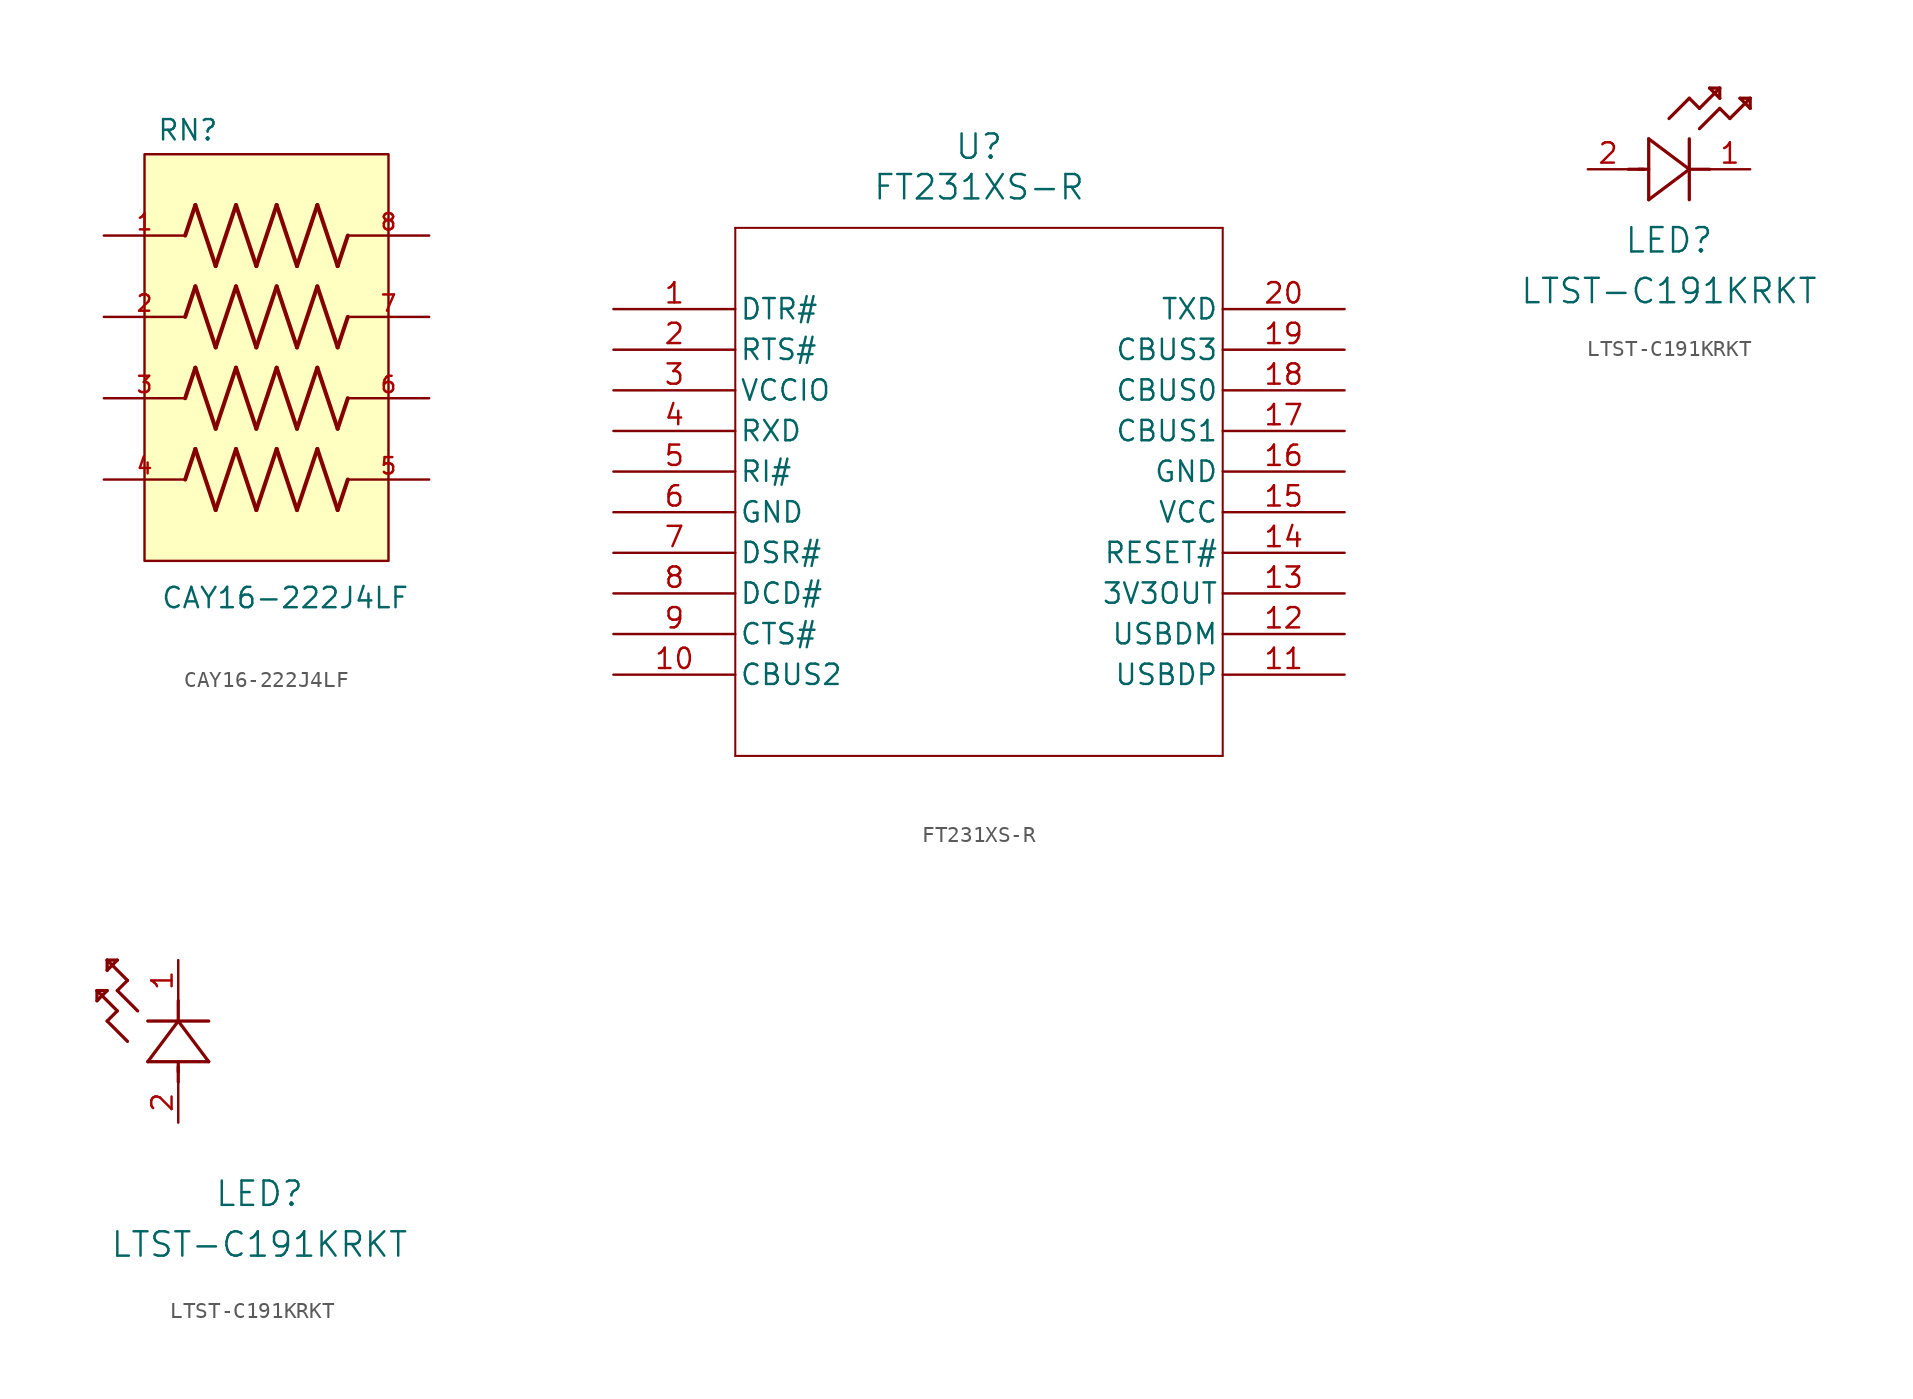
<source format=kicad_sym>
(kicad_symbol_lib
  (version 20241209)
  (generator "kicad_symbol_editor")
  (generator_version "9.0")
  (symbol "CAY16-222J4LF"
    (pin_names
      (offset 1.016))
    (property "Reference" "RN"
      (at -6.862 13.463 0)
      (effects (font (size 1.27 1.27)) (justify left bottom)))
    (property "Value" "CAY16-222J4LF"
      (at -6.614 -15.755 0)
      (effects (font (size 1.27 1.27)) (justify left bottom)))
    (symbol "CAY16-222J4LF_0_0"
      (rectangle (start -7.62 -12.7) (end 7.62 12.7) (stroke (width 0.152) (type default)) (fill (type background)))
      (polyline (pts (xy -5.08 7.62) (xy -4.445 9.525)) (stroke (width 0.254) (type default)) (fill (type none)))
      (polyline (pts (xy -5.08 2.54) (xy -4.445 4.445)) (stroke (width 0.254) (type default)) (fill (type none)))
      (polyline (pts (xy -5.08 -2.54) (xy -4.445 -0.635)) (stroke (width 0.254) (type default)) (fill (type none)))
      (polyline (pts (xy -5.08 -7.62) (xy -4.445 -5.715)) (stroke (width 0.254) (type default)) (fill (type none)))
      (polyline (pts (xy -4.445 9.525) (xy -3.175 5.715)) (stroke (width 0.254) (type default)) (fill (type none)))
      (polyline (pts (xy -4.445 4.445) (xy -3.175 0.635)) (stroke (width 0.254) (type default)) (fill (type none)))
      (polyline (pts (xy -4.445 -0.635) (xy -3.175 -4.445)) (stroke (width 0.254) (type default)) (fill (type none)))
      (polyline (pts (xy -4.445 -5.715) (xy -3.175 -9.525)) (stroke (width 0.254) (type default)) (fill (type none)))
      (polyline (pts (xy -3.175 5.715) (xy -1.905 9.525)) (stroke (width 0.254) (type default)) (fill (type none)))
      (polyline (pts (xy -3.175 0.635) (xy -1.905 4.445)) (stroke (width 0.254) (type default)) (fill (type none)))
      (polyline (pts (xy -3.175 -4.445) (xy -1.905 -0.635)) (stroke (width 0.254) (type default)) (fill (type none)))
      (polyline (pts (xy -3.175 -9.525) (xy -1.905 -5.715)) (stroke (width 0.254) (type default)) (fill (type none)))
      (polyline (pts (xy -1.905 9.525) (xy -0.635 5.715)) (stroke (width 0.254) (type default)) (fill (type none)))
      (polyline (pts (xy -1.905 4.445) (xy -0.635 0.635)) (stroke (width 0.254) (type default)) (fill (type none)))
      (polyline (pts (xy -1.905 -0.635) (xy -0.635 -4.445)) (stroke (width 0.254) (type default)) (fill (type none)))
      (polyline (pts (xy -1.905 -5.715) (xy -0.635 -9.525)) (stroke (width 0.254) (type default)) (fill (type none)))
      (polyline (pts (xy -0.635 5.715) (xy 0.635 9.525)) (stroke (width 0.254) (type default)) (fill (type none)))
      (polyline (pts (xy -0.635 0.635) (xy 0.635 4.445)) (stroke (width 0.254) (type default)) (fill (type none)))
      (polyline (pts (xy -0.635 -4.445) (xy 0.635 -0.635)) (stroke (width 0.254) (type default)) (fill (type none)))
      (polyline (pts (xy -0.635 -9.525) (xy 0.635 -5.715)) (stroke (width 0.254) (type default)) (fill (type none)))
      (polyline (pts (xy 0.635 9.525) (xy 1.905 5.715)) (stroke (width 0.254) (type default)) (fill (type none)))
      (polyline (pts (xy 0.635 4.445) (xy 1.905 0.635)) (stroke (width 0.254) (type default)) (fill (type none)))
      (polyline (pts (xy 0.635 -0.635) (xy 1.905 -4.445)) (stroke (width 0.254) (type default)) (fill (type none)))
      (polyline (pts (xy 0.635 -5.715) (xy 1.905 -9.525)) (stroke (width 0.254) (type default)) (fill (type none)))
      (polyline (pts (xy 1.905 5.715) (xy 3.175 9.525)) (stroke (width 0.254) (type default)) (fill (type none)))
      (polyline (pts (xy 1.905 0.635) (xy 3.175 4.445)) (stroke (width 0.254) (type default)) (fill (type none)))
      (polyline (pts (xy 1.905 -4.445) (xy 3.175 -0.635)) (stroke (width 0.254) (type default)) (fill (type none)))
      (polyline (pts (xy 1.905 -9.525) (xy 3.175 -5.715)) (stroke (width 0.254) (type default)) (fill (type none)))
      (polyline (pts (xy 3.175 9.525) (xy 4.445 5.715)) (stroke (width 0.254) (type default)) (fill (type none)))
      (polyline (pts (xy 3.175 4.445) (xy 4.445 0.635)) (stroke (width 0.254) (type default)) (fill (type none)))
      (polyline (pts (xy 3.175 -0.635) (xy 4.445 -4.445)) (stroke (width 0.254) (type default)) (fill (type none)))
      (polyline (pts (xy 3.175 -5.715) (xy 4.445 -9.525)) (stroke (width 0.254) (type default)) (fill (type none)))
      (polyline (pts (xy 4.445 5.715) (xy 5.08 7.62)) (stroke (width 0.254) (type default)) (fill (type none)))
      (polyline (pts (xy 4.445 0.635) (xy 5.08 2.54)) (stroke (width 0.254) (type default)) (fill (type none)))
      (polyline (pts (xy 4.445 -4.445) (xy 5.08 -2.54)) (stroke (width 0.254) (type default)) (fill (type none)))
      (polyline (pts (xy 4.445 -9.525) (xy 5.08 -7.62)) (stroke (width 0.254) (type default)) (fill (type none)))
      (pin passive line (at -10.16 7.62 0) (length 5.08) (name "~" (effects (font (size 1.016 1.016)))) (number "1" (effects (font (size 1.016 1.016)))))
      (pin passive line (at -10.16 2.54 0) (length 5.08) (name "~" (effects (font (size 1.016 1.016)))) (number "2" (effects (font (size 1.016 1.016)))))
      (pin passive line (at -10.16 -2.54 0) (length 5.08) (name "~" (effects (font (size 1.016 1.016)))) (number "3" (effects (font (size 1.016 1.016)))))
      (pin passive line (at -10.16 -7.62 0) (length 5.08) (name "~" (effects (font (size 1.016 1.016)))) (number "4" (effects (font (size 1.016 1.016)))))
      (pin passive line (at 10.16 7.62 180) (length 5.08) (name "~" (effects (font (size 1.016 1.016)))) (number "8" (effects (font (size 1.016 1.016)))))
      (pin passive line (at 10.16 2.54 180) (length 5.08) (name "~" (effects (font (size 1.016 1.016)))) (number "7" (effects (font (size 1.016 1.016)))))
      (pin passive line (at 10.16 -2.54 180) (length 5.08) (name "~" (effects (font (size 1.016 1.016)))) (number "6" (effects (font (size 1.016 1.016)))))
      (pin passive line (at 10.16 -7.62 180) (length 5.08) (name "~" (effects (font (size 1.016 1.016)))) (number "5" (effects (font (size 1.016 1.016)))))))
  (symbol "FT231XS-R"
    (pin_names
      (offset 0.254))
    (property "Reference" "U"
      (at 22.86 10.16 0)
      (effects (font (size 1.524 1.524))))
    (property "Value" "FT231XS-R"
      (at 22.86 7.62 0)
      (effects (font (size 1.524 1.524))))
    (symbol "FT231XS-R_0_1"
      (polyline (pts (xy 7.62 5.08) (xy 7.62 -27.94)) (stroke (width 0.127) (type default)) (fill (type none)))
      (polyline (pts (xy 7.62 -27.94) (xy 38.1 -27.94)) (stroke (width 0.127) (type default)) (fill (type none)))
      (polyline (pts (xy 38.1 5.08) (xy 7.62 5.08)) (stroke (width 0.127) (type default)) (fill (type none)))
      (polyline (pts (xy 38.1 -27.94) (xy 38.1 5.08)) (stroke (width 0.127) (type default)) (fill (type none)))
      (pin output line (at 0 0 0) (length 7.62) (name "DTR#" (effects (font (size 1.27 1.27)))) (number "1" (effects (font (size 1.27 1.27)))))
      (pin output line (at 0 -2.54 0) (length 7.62) (name "RTS#" (effects (font (size 1.27 1.27)))) (number "2" (effects (font (size 1.27 1.27)))))
      (pin power_in line (at 0 -5.08 0) (length 7.62) (name "VCCIO" (effects (font (size 1.27 1.27)))) (number "3" (effects (font (size 1.27 1.27)))))
      (pin input line (at 0 -7.62 0) (length 7.62) (name "RXD" (effects (font (size 1.27 1.27)))) (number "4" (effects (font (size 1.27 1.27)))))
      (pin input line (at 0 -10.16 0) (length 7.62) (name "RI#" (effects (font (size 1.27 1.27)))) (number "5" (effects (font (size 1.27 1.27)))))
      (pin power_out line (at 0 -12.7 0) (length 7.62) (name "GND" (effects (font (size 1.27 1.27)))) (number "6" (effects (font (size 1.27 1.27)))))
      (pin input line (at 0 -15.24 0) (length 7.62) (name "DSR#" (effects (font (size 1.27 1.27)))) (number "7" (effects (font (size 1.27 1.27)))))
      (pin input line (at 0 -17.78 0) (length 7.62) (name "DCD#" (effects (font (size 1.27 1.27)))) (number "8" (effects (font (size 1.27 1.27)))))
      (pin input line (at 0 -20.32 0) (length 7.62) (name "CTS#" (effects (font (size 1.27 1.27)))) (number "9" (effects (font (size 1.27 1.27)))))
      (pin bidirectional line (at 0 -22.86 0) (length 7.62) (name "CBUS2" (effects (font (size 1.27 1.27)))) (number "10" (effects (font (size 1.27 1.27)))))
      (pin output line (at 45.72 0 180) (length 7.62) (name "TXD" (effects (font (size 1.27 1.27)))) (number "20" (effects (font (size 1.27 1.27)))))
      (pin bidirectional line (at 45.72 -2.54 180) (length 7.62) (name "CBUS3" (effects (font (size 1.27 1.27)))) (number "19" (effects (font (size 1.27 1.27)))))
      (pin bidirectional line (at 45.72 -5.08 180) (length 7.62) (name "CBUS0" (effects (font (size 1.27 1.27)))) (number "18" (effects (font (size 1.27 1.27)))))
      (pin bidirectional line (at 45.72 -7.62 180) (length 7.62) (name "CBUS1" (effects (font (size 1.27 1.27)))) (number "17" (effects (font (size 1.27 1.27)))))
      (pin power_out line (at 45.72 -10.16 180) (length 7.62) (name "GND" (effects (font (size 1.27 1.27)))) (number "16" (effects (font (size 1.27 1.27)))))
      (pin power_in line (at 45.72 -12.7 180) (length 7.62) (name "VCC" (effects (font (size 1.27 1.27)))) (number "15" (effects (font (size 1.27 1.27)))))
      (pin input line (at 45.72 -15.24 180) (length 7.62) (name "RESET#" (effects (font (size 1.27 1.27)))) (number "14" (effects (font (size 1.27 1.27)))))
      (pin power_in line (at 45.72 -17.78 180) (length 7.62) (name "3V3OUT" (effects (font (size 1.27 1.27)))) (number "13" (effects (font (size 1.27 1.27)))))
      (pin input line (at 45.72 -20.32 180) (length 7.62) (name "USBDM" (effects (font (size 1.27 1.27)))) (number "12" (effects (font (size 1.27 1.27)))))
      (pin input line (at 45.72 -22.86 180) (length 7.62) (name "USBDP" (effects (font (size 1.27 1.27)))) (number "11" (effects (font (size 1.27 1.27)))))))
  (symbol "LTST-C191KRKT"
    (pin_names
      (offset 0.254))
    (property "Reference" "LED"
      (at 5.08 -4.445 0)
      (effects (font (size 1.524 1.524))))
    (property "Value" "LTST-C191KRKT"
      (at 5.08 -7.62 0)
      (effects (font (size 1.524 1.524))))
    (symbol "LTST-C191KRKT_1_1"
      (polyline (pts (xy 2.54 0) (xy 3.48 0)) (stroke (width 0.203) (type default)) (fill (type none)))
      (polyline (pts (xy 3.175 0) (xy 3.81 0)) (stroke (width 0.203) (type default)) (fill (type none)))
      (polyline (pts (xy 3.81 1.905) (xy 3.81 -1.905)) (stroke (width 0.203) (type default)) (fill (type none)))
      (polyline (pts (xy 3.81 -1.905) (xy 6.35 0)) (stroke (width 0.203) (type default)) (fill (type none)))
      (polyline (pts (xy 5.08 3.175) (xy 6.35 4.445)) (stroke (width 0.203) (type default)) (fill (type none)))
      (polyline (pts (xy 6.35 4.445) (xy 6.985 3.81)) (stroke (width 0.203) (type default)) (fill (type none)))
      (polyline (pts (xy 6.35 0) (xy 3.81 1.905)) (stroke (width 0.203) (type default)) (fill (type none)))
      (polyline (pts (xy 6.35 0) (xy 7.62 0)) (stroke (width 0.203) (type default)) (fill (type none)))
      (polyline (pts (xy 6.35 -1.905) (xy 6.35 1.905)) (stroke (width 0.203) (type default)) (fill (type none)))
      (polyline (pts (xy 6.985 3.81) (xy 8.255 5.08)) (stroke (width 0.203) (type default)) (fill (type none)))
      (polyline (pts (xy 6.985 2.54) (xy 8.255 3.81)) (stroke (width 0.203) (type default)) (fill (type none)))
      (polyline (pts (xy 7.62 5.08) (xy 8.255 4.445)) (stroke (width 0.203) (type default)) (fill (type none)))
      (polyline (pts (xy 8.255 5.08) (xy 7.62 5.08)) (stroke (width 0.203) (type default)) (fill (type none)))
      (polyline (pts (xy 8.255 4.445) (xy 8.255 5.08)) (stroke (width 0.203) (type default)) (fill (type none)))
      (polyline (pts (xy 8.255 3.81) (xy 8.89 3.175)) (stroke (width 0.203) (type default)) (fill (type none)))
      (polyline (pts (xy 8.89 3.175) (xy 10.16 4.445)) (stroke (width 0.203) (type default)) (fill (type none)))
      (polyline (pts (xy 9.525 4.445) (xy 10.16 3.81)) (stroke (width 0.203) (type default)) (fill (type none)))
      (polyline (pts (xy 10.16 4.445) (xy 9.525 4.445)) (stroke (width 0.203) (type default)) (fill (type none)))
      (polyline (pts (xy 10.16 3.81) (xy 10.16 4.445)) (stroke (width 0.203) (type default)) (fill (type none)))
      (pin unspecified line (at 0 0 0) (length 2.54) (name "" (effects (font (size 1.27 1.27)))) (number "2" (effects (font (size 1.27 1.27)))))
      (pin unspecified line (at 10.16 0 180) (length 2.54) (name "" (effects (font (size 1.27 1.27)))) (number "1" (effects (font (size 1.27 1.27))))))
    (symbol "LTST-C191KRKT_1_2"
      (polyline (pts (xy -5.08 8.255) (xy -5.08 7.62)) (stroke (width 0.203) (type default)) (fill (type none)))
      (polyline (pts (xy -5.08 7.62) (xy -4.445 8.255)) (stroke (width 0.203) (type default)) (fill (type none)))
      (polyline (pts (xy -4.445 10.16) (xy -4.445 9.525)) (stroke (width 0.203) (type default)) (fill (type none)))
      (polyline (pts (xy -4.445 9.525) (xy -3.81 10.16)) (stroke (width 0.203) (type default)) (fill (type none)))
      (polyline (pts (xy -4.445 8.255) (xy -5.08 8.255)) (stroke (width 0.203) (type default)) (fill (type none)))
      (polyline (pts (xy -4.445 6.35) (xy -3.81 6.985)) (stroke (width 0.203) (type default)) (fill (type none)))
      (polyline (pts (xy -3.81 10.16) (xy -4.445 10.16)) (stroke (width 0.203) (type default)) (fill (type none)))
      (polyline (pts (xy -3.81 8.255) (xy -3.175 8.89)) (stroke (width 0.203) (type default)) (fill (type none)))
      (polyline (pts (xy -3.81 6.985) (xy -5.08 8.255)) (stroke (width 0.203) (type default)) (fill (type none)))
      (polyline (pts (xy -3.175 8.89) (xy -4.445 10.16)) (stroke (width 0.203) (type default)) (fill (type none)))
      (polyline (pts (xy -3.175 5.08) (xy -4.445 6.35)) (stroke (width 0.203) (type default)) (fill (type none)))
      (polyline (pts (xy -2.54 6.985) (xy -3.81 8.255)) (stroke (width 0.203) (type default)) (fill (type none)))
      (polyline (pts (xy -1.905 3.81) (xy 1.905 3.81)) (stroke (width 0.203) (type default)) (fill (type none)))
      (polyline (pts (xy 0 6.35) (xy -1.905 3.81)) (stroke (width 0.203) (type default)) (fill (type none)))
      (polyline (pts (xy 0 6.35) (xy 0 7.62)) (stroke (width 0.203) (type default)) (fill (type none)))
      (polyline (pts (xy 0 3.175) (xy 0 3.81)) (stroke (width 0.203) (type default)) (fill (type none)))
      (polyline (pts (xy 0 2.54) (xy 0 3.48)) (stroke (width 0.203) (type default)) (fill (type none)))
      (polyline (pts (xy 1.905 6.35) (xy -1.905 6.35)) (stroke (width 0.203) (type default)) (fill (type none)))
      (polyline (pts (xy 1.905 3.81) (xy 0 6.35)) (stroke (width 0.203) (type default)) (fill (type none)))
      (pin unspecified line (at 0 10.16 270) (length 2.54) (name "" (effects (font (size 1.27 1.27)))) (number "1" (effects (font (size 1.27 1.27)))))
      (pin unspecified line (at 0 0 90) (length 2.54) (name "" (effects (font (size 1.27 1.27)))) (number "2" (effects (font (size 1.27 1.27))))))))
</source>
